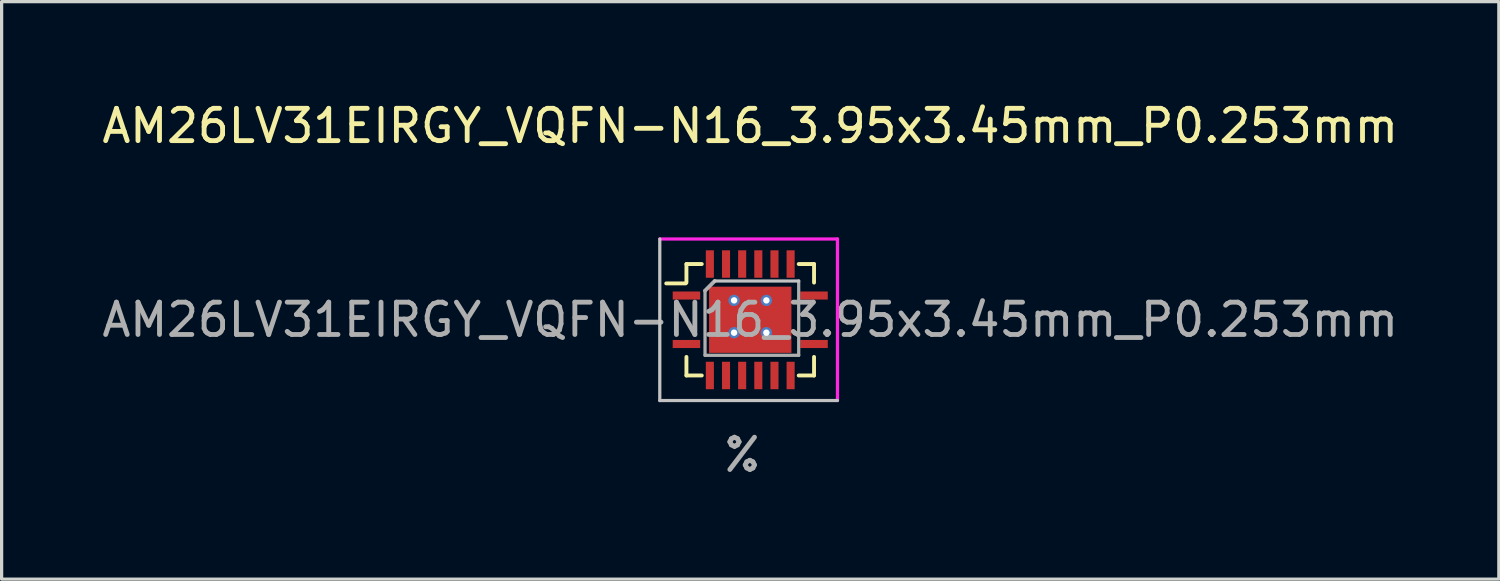
<source format=kicad_pcb>
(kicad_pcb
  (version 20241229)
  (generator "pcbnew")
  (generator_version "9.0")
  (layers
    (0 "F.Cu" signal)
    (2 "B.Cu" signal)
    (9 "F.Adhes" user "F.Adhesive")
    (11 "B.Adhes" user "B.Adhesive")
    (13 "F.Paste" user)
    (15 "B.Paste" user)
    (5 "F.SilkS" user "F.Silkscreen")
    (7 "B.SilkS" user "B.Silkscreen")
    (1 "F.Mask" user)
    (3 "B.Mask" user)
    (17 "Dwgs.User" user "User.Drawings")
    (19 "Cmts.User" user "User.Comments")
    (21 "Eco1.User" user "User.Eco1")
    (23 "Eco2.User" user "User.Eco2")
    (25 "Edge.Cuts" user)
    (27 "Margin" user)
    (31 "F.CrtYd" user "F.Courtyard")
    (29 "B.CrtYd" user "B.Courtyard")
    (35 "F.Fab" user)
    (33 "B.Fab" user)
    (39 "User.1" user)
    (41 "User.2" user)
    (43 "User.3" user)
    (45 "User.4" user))
  (footprint "AM26LV31EIRGY_VQFN-N16_3.95x3.45mm_P0.253mm"
    (layer "F.Cu")
    (at 20.173 6.848)
    (property "Reference" "AM26LV31EIRGY_VQFN-N16_3.95x3.45mm_P0.253mm" (at 0 -6 0) (layer "F.SilkS") (effects (font (size 1 1) (thickness 0.15))))
    (attr through_hole)
    (fp_line (start -2 -1.125) (end -2.6 -1.125) (stroke (width 0.12) (type solid)) (layer "F.SilkS"))
    (fp_line (start -1.975 -1.725) (end -1.975 -1.15) (stroke (width 0.12) (type solid)) (layer "F.SilkS"))
    (fp_line (start -1.975 1.725) (end -1.975 1.15) (stroke (width 0.12) (type solid)) (layer "F.SilkS"))
    (fp_line (start -1.5 -1.725) (end -1.975 -1.725) (stroke (width 0.12) (type solid)) (layer "F.SilkS"))
    (fp_line (start -1.5 1.725) (end -1.975 1.725) (stroke (width 0.12) (type solid)) (layer "F.SilkS"))
    (fp_line (start 1.5 -1.725) (end 1.975 -1.725) (stroke (width 0.12) (type solid)) (layer "F.SilkS"))
    (fp_line (start 1.5 1.725) (end 1.975 1.725) (stroke (width 0.12) (type solid)) (layer "F.SilkS"))
    (fp_line (start 1.975 -1.725) (end 1.975 -1.15) (stroke (width 0.12) (type solid)) (layer "F.SilkS"))
    (fp_line (start 1.975 1.725) (end 1.975 1.15) (stroke (width 0.12) (type solid)) (layer "F.SilkS"))
    (fp_line (start -2.8 2.5) (end -2.8 -2.5) (stroke (width 0.1) (type solid)) (layer "Dwgs.User"))
    (fp_line (start -1.1 -1.2) (end 1.5 -1.2) (stroke (width 0.1) (type solid)) (layer "Dwgs.User"))
    (fp_line (start 2.7 2.5) (end -2.8 2.5) (stroke (width 0.1) (type solid)) (layer "Dwgs.User"))
    (fp_line (start -2.8 -2.5) (end 2.7 -2.5) (stroke (width 0.1) (type solid)) (layer "F.CrtYd"))
    (fp_line (start 2.7 -2.5) (end 2.7 2.5) (stroke (width 0.1) (type solid)) (layer "F.CrtYd"))
    (fp_line (start -1.4 1.1) (end -1.4 -0.9) (stroke (width 0.1) (type solid)) (layer "F.Fab"))
    (fp_line (start -1.1 -1.2) (end -1.4 -0.9) (stroke (width 0.12) (type solid)) (layer "F.Fab"))
    (fp_line (start 1.5 -1.2) (end 1.5 1.1) (stroke (width 0.1) (type solid)) (layer "F.Fab"))
    (fp_line (start 1.5 1.1) (end -1.4 1.1) (stroke (width 0.1) (type solid)) (layer "F.Fab"))
    (fp_text user "${REFERENCE}" (at 0 0 0) (layer "F.Fab") (effects (font (size 1 1) (thickness 0.15))))
    (fp_text user "%" (at -0.25 4.18 0) (layer "F.Fab") (effects (font (size 1 1) (thickness 0.15))))
    (pad "" thru_hole circle (at -0.5 -0.6) (size 0.35 0.35) (drill 0.2) (layers "*.Cu" "*.Mask"))
    (pad "" thru_hole circle (at -0.5 0.4) (size 0.35 0.35) (drill 0.2) (layers "*.Cu" "*.Mask"))
    (pad "" thru_hole circle (at 0.5 -0.6) (size 0.35 0.35) (drill 0.2) (layers "*.Cu" "*.Mask"))
    (pad "" thru_hole circle (at 0.5 0.4) (size 0.35 0.35) (drill 0.2) (layers "*.Cu" "*.Mask"))
    (pad "1" smd rect (at -1.975 -0.75 90) (size 0.25 0.85) (layers "F.Cu" "F.Mask" "F.Paste"))
    (pad "2" smd rect (at -1.25 -1.725) (size 0.25 0.85) (layers "F.Cu" "F.Mask" "F.Paste"))
    (pad "3" smd rect (at -0.75 -1.725) (size 0.25 0.85) (layers "F.Cu" "F.Mask" "F.Paste"))
    (pad "4" smd rect (at -0.25 -1.725) (size 0.25 0.85) (layers "F.Cu" "F.Mask" "F.Paste"))
    (pad "5" smd rect (at 0.25 -1.725) (size 0.25 0.85) (layers "F.Cu" "F.Mask" "F.Paste"))
    (pad "6" smd rect (at 0.75 -1.725) (size 0.25 0.85) (layers "F.Cu" "F.Mask" "F.Paste"))
    (pad "7" smd rect (at 1.25 -1.725) (size 0.25 0.85) (layers "F.Cu" "F.Mask" "F.Paste"))
    (pad "8" smd rect (at 1.975 -0.75 90) (size 0.25 0.85) (layers "F.Cu" "F.Mask" "F.Paste"))
    (pad "9" smd rect (at 1.975 0.75 90) (size 0.25 0.85) (layers "F.Cu" "F.Mask" "F.Paste"))
    (pad "10" smd rect (at 1.25 1.725) (size 0.25 0.85) (layers "F.Cu" "F.Mask" "F.Paste"))
    (pad "11" smd rect (at 0.75 1.725) (size 0.25 0.85) (layers "F.Cu" "F.Mask" "F.Paste"))
    (pad "12" smd rect (at 0.25 1.725) (size 0.25 0.85) (layers "F.Cu" "F.Mask" "F.Paste"))
    (pad "13" smd rect (at -0.25 1.725) (size 0.25 0.85) (layers "F.Cu" "F.Mask" "F.Paste"))
    (pad "14" smd rect (at -0.75 1.725) (size 0.25 0.85) (layers "F.Cu" "F.Mask" "F.Paste"))
    (pad "15" smd rect (at -1.25 1.725) (size 0.25 0.85) (layers "F.Cu" "F.Mask" "F.Paste"))
    (pad "16" smd rect (at -1.975 0.75 90) (size 0.25 0.85) (layers "F.Cu" "F.Mask" "F.Paste"))
    (pad "17" smd rect (at 0 0 90) (size 2.05 2.55) (layers "F.Cu" "F.Mask" "F.Paste")))
  (gr_rect
    (start -3 -3)
    (end 43.345 14.877)
    (stroke (width 0.1) (type default))
    (fill no)
    (layer "Edge.Cuts")))
</source>
